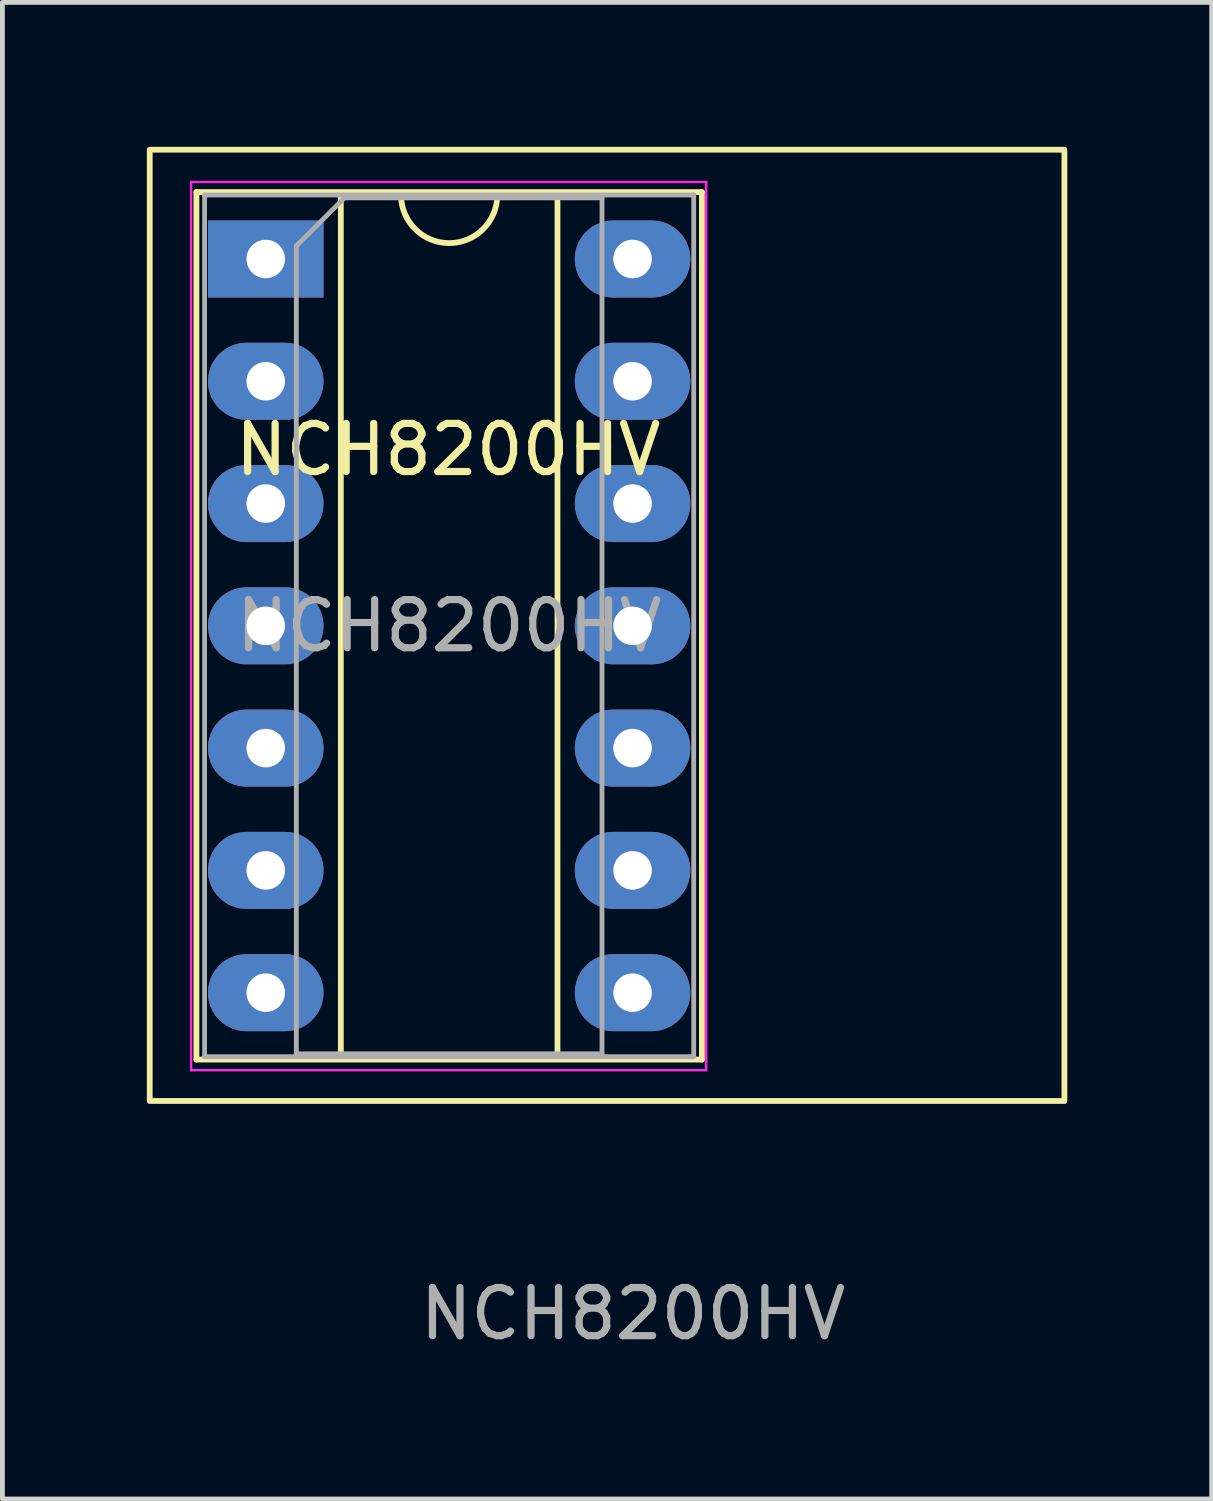
<source format=kicad_pcb>
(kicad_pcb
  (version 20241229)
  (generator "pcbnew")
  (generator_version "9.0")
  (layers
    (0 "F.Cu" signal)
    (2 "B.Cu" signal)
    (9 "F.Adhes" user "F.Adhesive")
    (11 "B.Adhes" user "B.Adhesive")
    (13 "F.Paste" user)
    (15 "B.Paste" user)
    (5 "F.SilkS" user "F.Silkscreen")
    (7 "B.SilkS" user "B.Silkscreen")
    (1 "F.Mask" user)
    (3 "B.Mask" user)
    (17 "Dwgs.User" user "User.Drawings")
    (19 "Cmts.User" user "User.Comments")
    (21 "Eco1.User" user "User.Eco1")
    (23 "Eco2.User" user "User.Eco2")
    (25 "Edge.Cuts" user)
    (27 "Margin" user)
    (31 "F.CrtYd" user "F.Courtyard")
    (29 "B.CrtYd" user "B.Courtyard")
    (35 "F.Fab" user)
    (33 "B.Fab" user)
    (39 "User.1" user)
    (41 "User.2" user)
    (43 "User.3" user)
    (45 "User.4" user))
  (footprint "NCH8200HV"
    (layer "F.Cu")
    (at 10.1 4.9)
    (property "Reference" "NCH8200HV" (at -3.84 1.39 0) (unlocked yes) (layer "F.SilkS") (effects (font (size 1 1) (thickness 0.15))))
    (attr through_hole)
    (fp_line (start -9.07 -3.96) (end -9.07 14.06) (stroke (width 0.12) (type solid)) (layer "F.SilkS"))
    (fp_line (start -9.07 14.06) (end 1.43 14.06) (stroke (width 0.12) (type solid)) (layer "F.SilkS"))
    (fp_line (start -6.07 -3.9) (end -6.07 14) (stroke (width 0.12) (type solid)) (layer "F.SilkS"))
    (fp_line (start -6.07 14) (end -1.57 14) (stroke (width 0.12) (type solid)) (layer "F.SilkS"))
    (fp_line (start -4.82 -3.9) (end -6.07 -3.9) (stroke (width 0.12) (type solid)) (layer "F.SilkS"))
    (fp_line (start -1.57 -3.9) (end -2.82 -3.9) (stroke (width 0.12) (type solid)) (layer "F.SilkS"))
    (fp_line (start -1.57 14) (end -1.57 -3.9) (stroke (width 0.12) (type solid)) (layer "F.SilkS"))
    (fp_line (start 1.43 -3.96) (end -9.07 -3.96) (stroke (width 0.12) (type solid)) (layer "F.SilkS"))
    (fp_line (start 1.43 14.06) (end 1.43 -3.96) (stroke (width 0.12) (type solid)) (layer "F.SilkS"))
    (fp_rect (start -10.04 -4.84) (end 8.96 14.92) (stroke (width 0.12) (type default)) (fill no) (layer "F.SilkS"))
    (fp_arc (start -2.82 -3.9) (mid -3.82 -2.9) (end -4.82 -3.9) (stroke (width 0.12) (type solid)) (layer "F.SilkS"))
    (fp_line (start -9.18 -4.17) (end -9.18 14.28) (stroke (width 0.05) (type solid)) (layer "F.CrtYd"))
    (fp_line (start -9.18 14.28) (end 1.52 14.28) (stroke (width 0.05) (type solid)) (layer "F.CrtYd"))
    (fp_line (start 1.52 -4.17) (end -9.18 -4.17) (stroke (width 0.05) (type solid)) (layer "F.CrtYd"))
    (fp_line (start 1.52 14.28) (end 1.52 -4.17) (stroke (width 0.05) (type solid)) (layer "F.CrtYd"))
    (fp_line (start -8.9 -3.9) (end -8.9 14) (stroke (width 0.1) (type solid)) (layer "F.Fab"))
    (fp_line (start -8.9 14) (end 1.26 14) (stroke (width 0.1) (type solid)) (layer "F.Fab"))
    (fp_line (start -6.995 -2.84) (end -5.995 -3.84) (stroke (width 0.1) (type solid)) (layer "F.Fab"))
    (fp_line (start -6.995 13.94) (end -6.995 -2.84) (stroke (width 0.1) (type solid)) (layer "F.Fab"))
    (fp_line (start -5.995 -3.84) (end -0.645 -3.84) (stroke (width 0.1) (type solid)) (layer "F.Fab"))
    (fp_line (start -0.645 -3.84) (end -0.645 13.94) (stroke (width 0.1) (type solid)) (layer "F.Fab"))
    (fp_line (start -0.645 13.94) (end -6.995 13.94) (stroke (width 0.1) (type solid)) (layer "F.Fab"))
    (fp_line (start 1.26 -3.9) (end -8.9 -3.9) (stroke (width 0.1) (type solid)) (layer "F.Fab"))
    (fp_line (start 1.26 14) (end 1.26 -3.9) (stroke (width 0.1) (type solid)) (layer "F.Fab"))
    (fp_text user "${REFERENCE}" (at -3.82 5.05 0) (layer "F.Fab") (effects (font (size 1 1) (thickness 0.15))))
    (fp_text user "${REFERENCE}" (at 0 19.34 0) (unlocked yes) (layer "F.Fab") (effects (font (size 1 1) (thickness 0.15))))
    (pad "1" thru_hole rect (at -7.63 -2.57) (size 2.4 1.6) (drill 0.8) (layers "*.Cu" "*.Mask"))
    (pad "2" thru_hole oval (at -7.63 12.67) (size 2.4 1.6) (drill 0.8) (layers "*.Cu" "*.Mask"))
    (pad "3" thru_hole oval (at -0.01 12.67) (size 2.4 1.6) (drill 0.8) (layers "*.Cu" "*.Mask"))
    (pad "4" thru_hole oval (at -0.01 -2.57) (size 2.4 1.6) (drill 0.8) (layers "*.Cu" "*.Mask"))
    (pad "x" thru_hole oval (at -7.63 -0.03) (size 2.4 1.6) (drill 0.8) (layers "*.Cu" "*.Mask"))
    (pad "x" thru_hole oval (at -7.63 2.51) (size 2.4 1.6) (drill 0.8) (layers "*.Cu" "*.Mask"))
    (pad "x" thru_hole oval (at -7.63 5.05) (size 2.4 1.6) (drill 0.8) (layers "*.Cu" "*.Mask"))
    (pad "x" thru_hole oval (at -7.63 7.59) (size 2.4 1.6) (drill 0.8) (layers "*.Cu" "*.Mask"))
    (pad "x" thru_hole oval (at -7.63 10.13) (size 2.4 1.6) (drill 0.8) (layers "*.Cu" "*.Mask"))
    (pad "x" thru_hole oval (at -0.01 -0.03) (size 2.4 1.6) (drill 0.8) (layers "*.Cu" "*.Mask"))
    (pad "x" thru_hole oval (at -0.01 2.51) (size 2.4 1.6) (drill 0.8) (layers "*.Cu" "*.Mask"))
    (pad "x" thru_hole oval (at -0.01 5.05) (size 2.4 1.6) (drill 0.8) (layers "*.Cu" "*.Mask"))
    (pad "x" thru_hole oval (at -0.01 7.59) (size 2.4 1.6) (drill 0.8) (layers "*.Cu" "*.Mask"))
    (pad "x" thru_hole oval (at -0.01 10.13) (size 2.4 1.6) (drill 0.8) (layers "*.Cu" "*.Mask")))
  (gr_rect
    (start -3 -3)
    (end 22.12 28.088)
    (stroke (width 0.1) (type default))
    (fill no)
    (layer "Edge.Cuts")))
</source>
